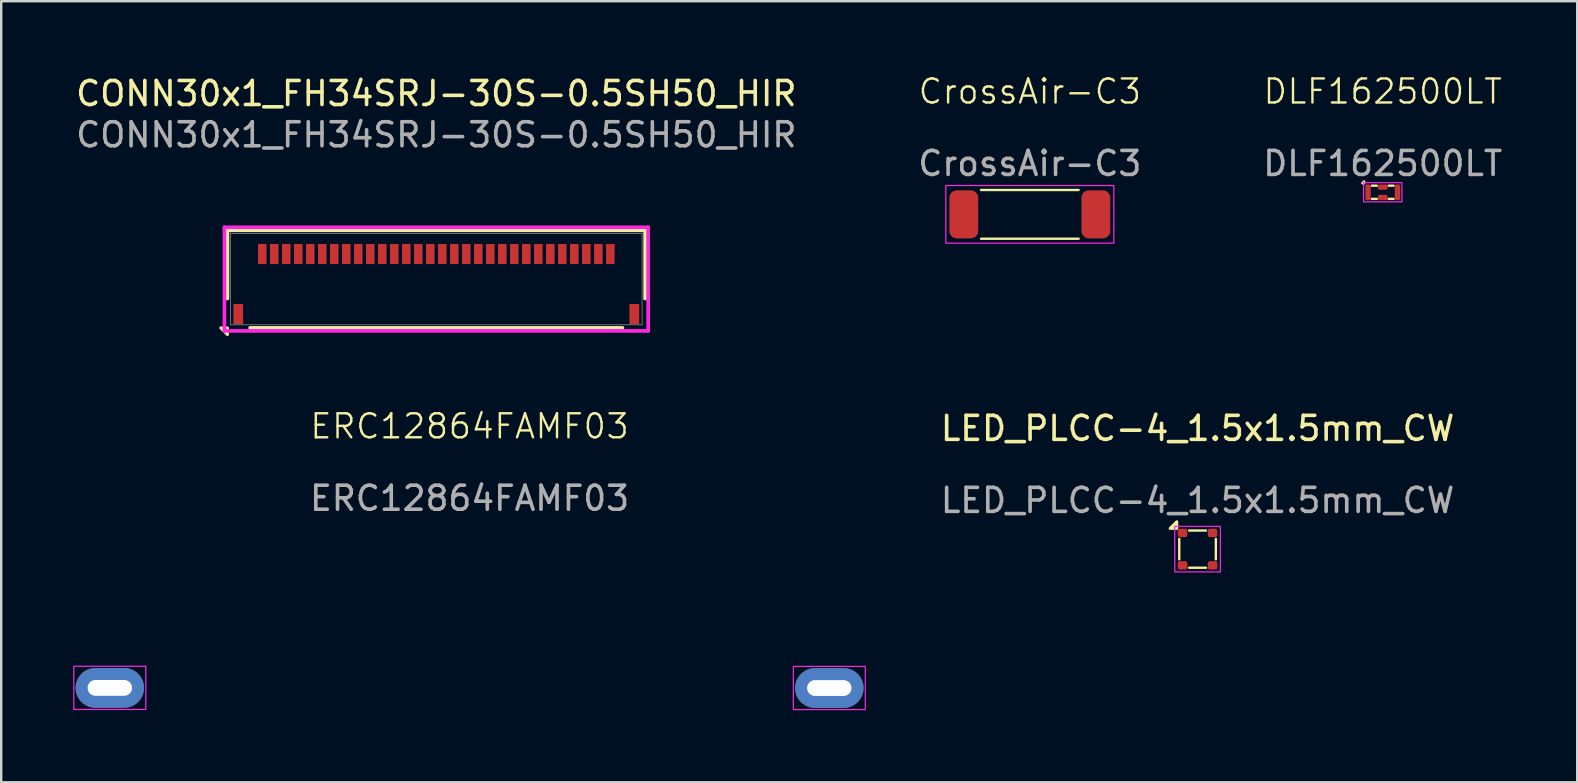
<source format=kicad_pcb>
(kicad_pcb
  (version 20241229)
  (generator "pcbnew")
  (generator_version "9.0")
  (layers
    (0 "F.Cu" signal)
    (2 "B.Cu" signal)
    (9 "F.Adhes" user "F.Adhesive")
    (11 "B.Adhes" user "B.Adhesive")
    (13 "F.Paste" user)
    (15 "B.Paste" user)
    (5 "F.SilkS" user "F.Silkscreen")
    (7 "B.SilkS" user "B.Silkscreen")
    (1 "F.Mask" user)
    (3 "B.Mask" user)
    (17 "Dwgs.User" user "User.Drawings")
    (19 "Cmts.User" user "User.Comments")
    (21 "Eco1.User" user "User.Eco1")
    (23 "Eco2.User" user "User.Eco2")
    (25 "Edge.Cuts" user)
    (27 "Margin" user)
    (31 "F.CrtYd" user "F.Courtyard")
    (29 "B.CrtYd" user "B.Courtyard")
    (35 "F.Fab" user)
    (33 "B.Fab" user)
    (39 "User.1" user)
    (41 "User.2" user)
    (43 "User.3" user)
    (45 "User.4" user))
  (footprint "ERC12864FAMF03"
    (layer "F.Cu")
    (at 16.511 25.608)
    (property "Reference" "ERC12864FAMF03" (at 0 -10.9 0) (unlocked yes) (layer "F.SilkS") (effects (font (size 1 1) (thickness 0.1))))
    (attr through_hole)
    (fp_rect (start -16.486 -0.903) (end -13.486 0.897) (stroke (width 0.05) (type default)) (fill no) (layer "F.CrtYd"))
    (fp_rect (start 13.486 -0.897) (end 16.486 0.903) (stroke (width 0.05) (type default)) (fill no) (layer "F.CrtYd"))
    (fp_text user "${REFERENCE}" (at 0 -7.9 0) (unlocked yes) (layer "F.Fab") (effects (font (size 1 1) (thickness 0.15))))
    (pad "1" thru_hole oval (at -14.986 -0.003) (size 2.85 1.658) (drill oval 1.85 0.658) (layers "*.Cu" "*.Mask"))
    (pad "2" thru_hole oval (at 14.986 0.003) (size 2.85 1.658) (drill oval 1.85 0.658) (layers "*.Cu" "*.Mask")))
  (footprint "CrossAir-C3"
    (layer "F.Cu")
    (at 39.85 5.88)
    (property "Reference" "CrossAir-C3" (at 0 -5.12 0) (unlocked yes) (layer "F.SilkS") (effects (font (size 1 1) (thickness 0.1))))
    (attr smd)
    (fp_line (start -2.032 -1.016) (end 2.032 -1.016) (stroke (width 0.1) (type default)) (layer "F.SilkS"))
    (fp_line (start -2.032 1.016) (end 2.032 1.016) (stroke (width 0.1) (type default)) (layer "F.SilkS"))
    (fp_rect (start -3.5 -1.2) (end 3.5 1.2) (stroke (width 0.05) (type default)) (fill no) (layer "F.CrtYd"))
    (fp_text user "${REFERENCE}" (at 0 -2.12 0) (unlocked yes) (layer "F.Fab") (effects (font (size 1 1) (thickness 0.15))))
    (pad "1" smd roundrect (at -2.75 0) (size 1.2 2) (layers "F.Cu" "F.Mask" "F.Paste") (roundrect_rratio 0.25))
    (pad "2" smd roundrect (at 2.75 0) (size 1.2 2) (layers "F.Cu" "F.Mask" "F.Paste") (roundrect_rratio 0.25))
    (zone (net_name "") (layers "F.Cu" "B.Cu") (hatch edge 0.5) (connect_pads) (min_thickness 0.25) (filled_areas_thickness no) (keepout (tracks allowed) (vias allowed) (pads allowed) (copperpour not_allowed) (footprints allowed)) (placement (enabled no)) (fill) (polygon (pts (xy 46.45 10.681) (xy 33.25 10.681) (xy 33.25 1.081) (xy 46.45 1.081)))))
  (footprint "DLF162500LT"
    (layer "F.Cu")
    (at 54.551 4.96)
    (property "Reference" "DLF162500LT" (at 0 -4.2 0) (unlocked yes) (layer "F.SilkS") (effects (font (size 1 1) (thickness 0.1))))
    (attr smd)
    (fp_line (start -0.45 -0.275) (end -0.25 -0.275) (stroke (width 0.1) (type default)) (layer "F.SilkS"))
    (fp_line (start -0.45 0.275) (end -0.25 0.275) (stroke (width 0.1) (type default)) (layer "F.SilkS"))
    (fp_line (start 0.25 -0.275) (end 0.45 -0.275) (stroke (width 0.1) (type default)) (layer "F.SilkS"))
    (fp_line (start 0.25 0.275) (end 0.45 0.275) (stroke (width 0.1) (type default)) (layer "F.SilkS"))
    (fp_poly (pts (xy -0.775 -0.375) (xy -0.85 -0.375) (xy -0.775 -0.45)) (stroke (width 0.1) (type solid)) (fill yes) (layer "F.SilkS"))
    (fp_rect (start -0.8 -0.4) (end 0.8 0.4) (stroke (width 0.05) (type default)) (fill no) (layer "F.CrtYd"))
    (fp_text user "${REFERENCE}" (at 0 -1.2 0) (unlocked yes) (layer "F.Fab") (effects (font (size 1 1) (thickness 0.15))))
    (pad "1" smd roundrect (at -0.613 0) (size 0.225 0.65) (layers "F.Cu" "F.Mask" "F.Paste") (roundrect_rratio 0.25))
    (pad "2" smd roundrect (at 0 -0.215) (size 0.4 0.22) (layers "F.Cu" "F.Mask" "F.Paste") (roundrect_rratio 0.25))
    (pad "3" smd roundrect (at 0.613 0) (size 0.225 0.65) (layers "F.Cu" "F.Mask" "F.Paste") (roundrect_rratio 0.25))
    (pad "4" smd roundrect (at 0 0.215) (size 0.4 0.22) (layers "F.Cu" "F.Mask" "F.Paste") (roundrect_rratio 0.25)))
  (footprint "CONN30x1_FH34SRJ-30S-0.5SH50_HIR"
    (layer "F.Cu")
    (at 15.125 8.576)
    (property "Reference" "CONN30x1_FH34SRJ-30S-0.5SH50_HIR" (at 0 -7.728 0) (unlocked yes) (layer "F.SilkS") (effects (font (size 1 1) (thickness 0.15))))
    (attr smd)
    (fp_line (start -8.7 -2.032) (end -8.7 0.812) (stroke (width 0.152) (type solid)) (layer "F.SilkS"))
    (fp_line (start -7.754 2.032) (end 7.754 2.032) (stroke (width 0.152) (type solid)) (layer "F.SilkS"))
    (fp_line (start 8.7 -2.032) (end -8.7 -2.032) (stroke (width 0.152) (type solid)) (layer "F.SilkS"))
    (fp_line (start 8.7 0.812) (end 8.7 -2.032) (stroke (width 0.152) (type solid)) (layer "F.SilkS"))
    (fp_poly (pts (xy -8.7 2.032) (xy -8.7 2.312) (xy -8.979 2.032) (xy -8.7 2.032)) (stroke (width 0.12) (type solid)) (fill yes) (layer "F.SilkS"))
    (fp_line (start -8.826 -2.159) (end -8.826 2.159) (stroke (width 0.152) (type solid)) (layer "F.CrtYd"))
    (fp_line (start -8.826 2.159) (end 8.826 2.159) (stroke (width 0.152) (type solid)) (layer "F.CrtYd"))
    (fp_line (start 8.826 -2.159) (end -8.826 -2.159) (stroke (width 0.152) (type solid)) (layer "F.CrtYd"))
    (fp_line (start 8.826 2.159) (end 8.826 -2.159) (stroke (width 0.152) (type solid)) (layer "F.CrtYd"))
    (fp_line (start -8.572 -1.905) (end -8.572 1.905) (stroke (width 0.025) (type solid)) (layer "F.Fab"))
    (fp_line (start -8.572 1.905) (end 8.572 1.905) (stroke (width 0.025) (type solid)) (layer "F.Fab"))
    (fp_line (start 8.572 -1.905) (end -8.572 -1.905) (stroke (width 0.025) (type solid)) (layer "F.Fab"))
    (fp_line (start 8.572 1.905) (end 8.572 -1.905) (stroke (width 0.025) (type solid)) (layer "F.Fab"))
    (fp_text user "${REFERENCE}" (at 0 -6.01 0) (unlocked yes) (layer "F.Fab") (effects (font (size 1 1) (thickness 0.15))))
    (pad "1" smd rect (at -7.25 -1.045) (size 0.356 0.838) (layers "F.Cu" "F.Mask" "F.Paste"))
    (pad "2" smd rect (at -6.75 -1.045) (size 0.356 0.838) (layers "F.Cu" "F.Mask" "F.Paste"))
    (pad "3" smd rect (at -6.25 -1.045) (size 0.356 0.838) (layers "F.Cu" "F.Mask" "F.Paste"))
    (pad "4" smd rect (at -5.75 -1.045) (size 0.356 0.838) (layers "F.Cu" "F.Mask" "F.Paste"))
    (pad "5" smd rect (at -5.25 -1.045) (size 0.356 0.838) (layers "F.Cu" "F.Mask" "F.Paste"))
    (pad "6" smd rect (at -4.75 -1.045) (size 0.356 0.838) (layers "F.Cu" "F.Mask" "F.Paste"))
    (pad "7" smd rect (at -4.25 -1.045) (size 0.356 0.838) (layers "F.Cu" "F.Mask" "F.Paste"))
    (pad "8" smd rect (at -3.75 -1.045) (size 0.356 0.838) (layers "F.Cu" "F.Mask" "F.Paste"))
    (pad "9" smd rect (at -3.25 -1.045) (size 0.356 0.838) (layers "F.Cu" "F.Mask" "F.Paste"))
    (pad "10" smd rect (at -2.75 -1.045) (size 0.356 0.838) (layers "F.Cu" "F.Mask" "F.Paste"))
    (pad "11" smd rect (at -2.25 -1.045) (size 0.356 0.838) (layers "F.Cu" "F.Mask" "F.Paste"))
    (pad "12" smd rect (at -1.75 -1.045) (size 0.356 0.838) (layers "F.Cu" "F.Mask" "F.Paste"))
    (pad "13" smd rect (at -1.25 -1.045) (size 0.356 0.838) (layers "F.Cu" "F.Mask" "F.Paste"))
    (pad "14" smd rect (at -0.75 -1.045) (size 0.356 0.838) (layers "F.Cu" "F.Mask" "F.Paste"))
    (pad "15" smd rect (at -0.25 -1.045) (size 0.356 0.838) (layers "F.Cu" "F.Mask" "F.Paste"))
    (pad "16" smd rect (at 0.25 -1.045) (size 0.356 0.838) (layers "F.Cu" "F.Mask" "F.Paste"))
    (pad "17" smd rect (at 0.75 -1.045) (size 0.356 0.838) (layers "F.Cu" "F.Mask" "F.Paste"))
    (pad "18" smd rect (at 1.25 -1.045) (size 0.356 0.838) (layers "F.Cu" "F.Mask" "F.Paste"))
    (pad "19" smd rect (at 1.75 -1.045) (size 0.356 0.838) (layers "F.Cu" "F.Mask" "F.Paste"))
    (pad "20" smd rect (at 2.25 -1.045) (size 0.356 0.838) (layers "F.Cu" "F.Mask" "F.Paste"))
    (pad "21" smd rect (at 2.75 -1.045) (size 0.356 0.838) (layers "F.Cu" "F.Mask" "F.Paste"))
    (pad "22" smd rect (at 3.25 -1.045) (size 0.356 0.838) (layers "F.Cu" "F.Mask" "F.Paste"))
    (pad "23" smd rect (at 3.75 -1.045) (size 0.356 0.838) (layers "F.Cu" "F.Mask" "F.Paste"))
    (pad "24" smd rect (at 4.25 -1.045) (size 0.356 0.838) (layers "F.Cu" "F.Mask" "F.Paste"))
    (pad "25" smd rect (at 4.75 -1.045) (size 0.356 0.838) (layers "F.Cu" "F.Mask" "F.Paste"))
    (pad "26" smd rect (at 5.25 -1.045) (size 0.356 0.838) (layers "F.Cu" "F.Mask" "F.Paste"))
    (pad "27" smd rect (at 5.75 -1.045) (size 0.356 0.838) (layers "F.Cu" "F.Mask" "F.Paste"))
    (pad "28" smd rect (at 6.25 -1.045) (size 0.356 0.838) (layers "F.Cu" "F.Mask" "F.Paste"))
    (pad "29" smd rect (at 6.75 -1.045) (size 0.356 0.838) (layers "F.Cu" "F.Mask" "F.Paste"))
    (pad "30" smd rect (at 7.25 -1.045) (size 0.356 0.838) (layers "F.Cu" "F.Mask" "F.Paste"))
    (pad "MP" smd rect (at -8.25 1.455) (size 0.406 0.838) (layers "F.Cu" "F.Mask" "F.Paste"))
    (pad "MP" smd rect (at 8.25 1.455) (size 0.406 0.838) (layers "F.Cu" "F.Mask" "F.Paste")))
  (footprint "LED_PLCC-4_1.5x1.5mm_CW"
    (layer "F.Cu")
    (at 46.837 19.826)
    (property "Reference" "LED_PLCC-4_1.5x1.5mm_CW" (at 0 -5.03 0) (unlocked yes) (layer "F.SilkS") (effects (font (size 1 1) (thickness 0.15))))
    (attr smd)
    (fp_line (start -0.762 -0.425) (end -0.762 0.425) (stroke (width 0.1) (type default)) (layer "F.SilkS"))
    (fp_line (start -0.35 -0.775) (end 0.35 -0.775) (stroke (width 0.1) (type default)) (layer "F.SilkS"))
    (fp_line (start -0.35 0.775) (end 0.35 0.775) (stroke (width 0.1) (type default)) (layer "F.SilkS"))
    (fp_line (start 0.762 -0.425) (end 0.762 0.425) (stroke (width 0.1) (type default)) (layer "F.SilkS"))
    (fp_poly (pts (xy -0.864 -0.864) (xy -1.144 -0.864) (xy -0.864 -1.144) (xy -0.864 -0.864)) (stroke (width 0.12) (type solid)) (fill yes) (layer "F.SilkS"))
    (fp_rect (start -0.95 -0.95) (end 0.95 0.95) (stroke (width 0.05) (type default)) (fill no) (layer "F.CrtYd"))
    (fp_text user "${REFERENCE}" (at 0 -2.03 0) (unlocked yes) (layer "F.Fab") (effects (font (size 1 1) (thickness 0.15))))
    (pad "1" smd roundrect (at -0.625 -0.675) (size 0.4 0.35) (layers "F.Cu" "F.Mask" "F.Paste") (roundrect_rratio 0.25))
    (pad "2" smd roundrect (at -0.625 0.675) (size 0.4 0.35) (layers "F.Cu" "F.Mask" "F.Paste") (roundrect_rratio 0.25))
    (pad "3" smd roundrect (at 0.625 0.675) (size 0.4 0.35) (layers "F.Cu" "F.Mask" "F.Paste") (roundrect_rratio 0.25))
    (pad "4" smd roundrect (at 0.625 -0.675) (size 0.4 0.35) (layers "F.Cu" "F.Mask" "F.Paste") (roundrect_rratio 0.25)))
  (gr_rect
    (start -3 -3)
    (end 62.652 29.536)
    (stroke (width 0.1) (type default))
    (fill no)
    (layer "Edge.Cuts")))
</source>
